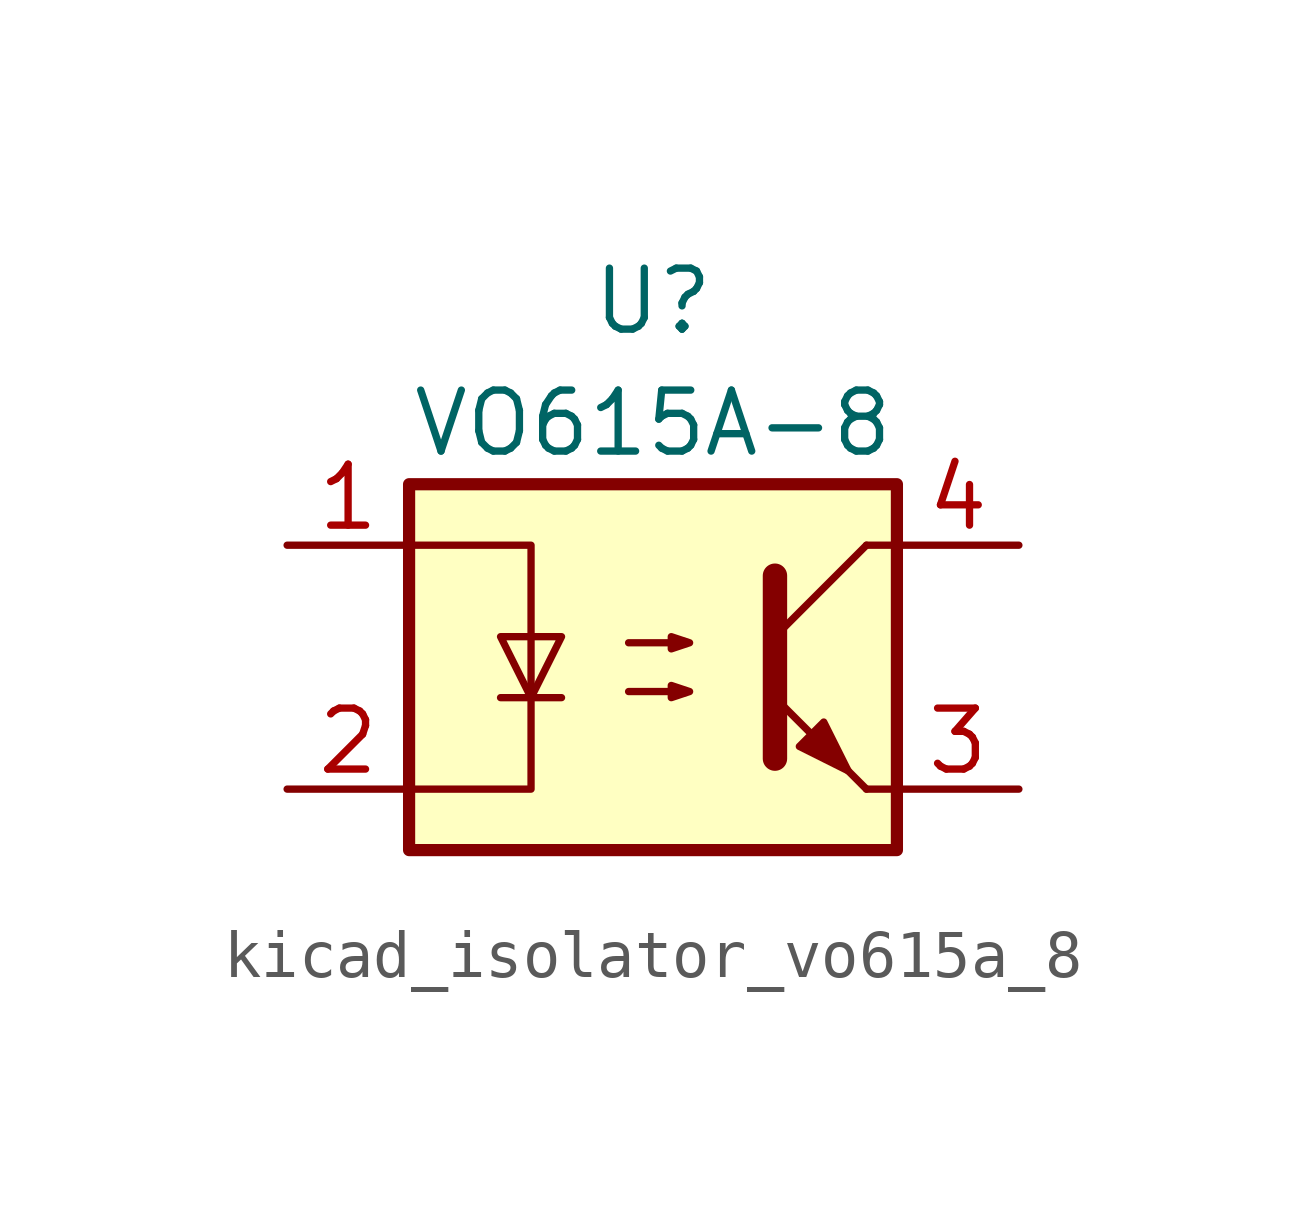
<source format=kicad_sym>
(kicad_symbol_lib
  (version 20220914)
  (generator kicad_symbol_editor)
  (symbol "kicad_isolator_vo615a_8"
    (pin_names
      (offset 0.762))
    (property "Reference" "U"
      (at 0 7.62 0)
      (effects (font (size 1.27 1.27))))
    (property "Value" "VO615A-8"
      (at 0 5.08 0)
      (effects (font (size 1.27 1.27))))
    (symbol "kicad_isolator_vo615a_8_0_1"
      (rectangle (start -5.08 3.81) (end 5.08 -3.81) (stroke (width 0.254) (type default)) (fill (type background)))
      (polyline (pts (xy -3.175 -0.635) (xy -1.905 -0.635)) (stroke (width 0) (type default)) (fill (type none)))
      (polyline (pts (xy 2.54 0.635) (xy 4.445 2.54)) (stroke (width 0) (type default)) (fill (type none)))
      (polyline (pts (xy 4.445 -2.54) (xy 2.54 -0.635)) (stroke (width 0) (type default)) (fill (type outline)))
      (polyline (pts (xy 4.445 -2.54) (xy 5.08 -2.54)) (stroke (width 0) (type default)) (fill (type none)))
      (polyline (pts (xy 4.445 2.54) (xy 5.08 2.54)) (stroke (width 0) (type default)) (fill (type none)))
      (polyline (pts (xy 2.54 1.905) (xy 2.54 -1.905) (xy 2.54 -1.905)) (stroke (width 0.508) (type default)) (fill (type none)))
      (polyline (pts (xy -5.08 2.54) (xy -2.54 2.54) (xy -2.54 -2.54) (xy -5.08 -2.54)) (stroke (width 0) (type default)) (fill (type none)))
      (polyline (pts (xy -2.54 -0.635) (xy -3.175 0.635) (xy -1.905 0.635) (xy -2.54 -0.635)) (stroke (width 0) (type default)) (fill (type none)))
      (polyline (pts (xy -0.508 -0.508) (xy 0.762 -0.508) (xy 0.381 -0.635) (xy 0.381 -0.381) (xy 0.762 -0.508)) (stroke (width 0) (type default)) (fill (type none)))
      (polyline (pts (xy -0.508 0.508) (xy 0.762 0.508) (xy 0.381 0.381) (xy 0.381 0.635) (xy 0.762 0.508)) (stroke (width 0) (type default)) (fill (type none)))
      (polyline (pts (xy 3.048 -1.651) (xy 3.556 -1.143) (xy 4.064 -2.159) (xy 3.048 -1.651) (xy 3.048 -1.651)) (stroke (width 0) (type default)) (fill (type outline))))
    (symbol "kicad_isolator_vo615a_8_1_1"
      (pin passive line (at -7.62 2.54 0) (length 2.54) (name "~" (effects (font (size 1.27 1.27)))) (number "1" (effects (font (size 1.27 1.27)))))
      (pin passive line (at -7.62 -2.54 0) (length 2.54) (name "~" (effects (font (size 1.27 1.27)))) (number "2" (effects (font (size 1.27 1.27)))))
      (pin passive line (at 7.62 -2.54 180) (length 2.54) (name "~" (effects (font (size 1.27 1.27)))) (number "3" (effects (font (size 1.27 1.27)))))
      (pin passive line (at 7.62 2.54 180) (length 2.54) (name "~" (effects (font (size 1.27 1.27)))) (number "4" (effects (font (size 1.27 1.27))))))))
</source>
